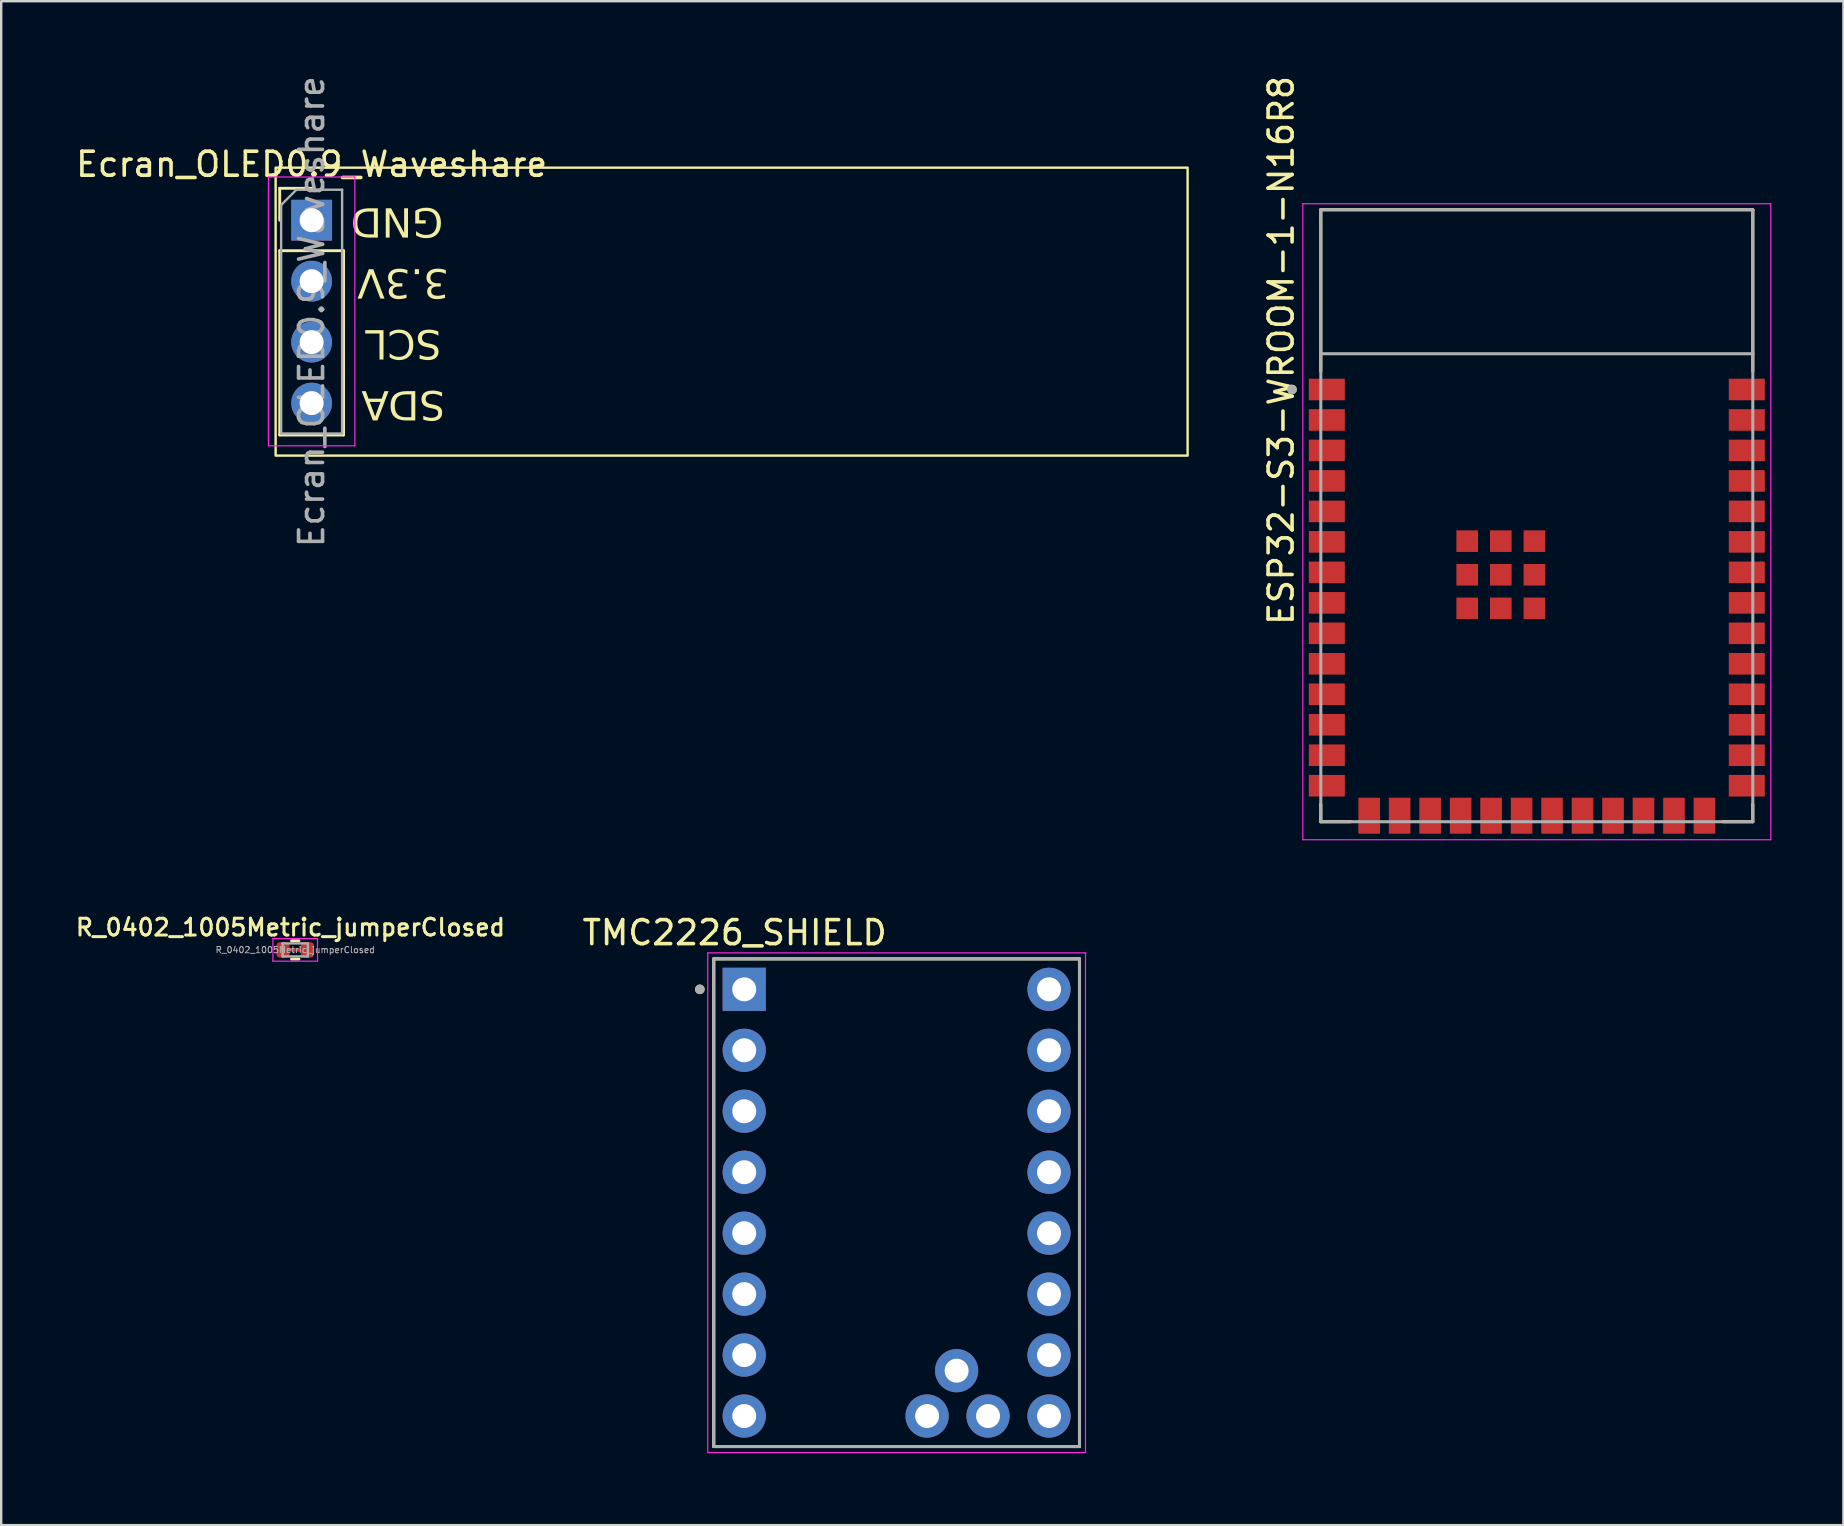
<source format=kicad_pcb>
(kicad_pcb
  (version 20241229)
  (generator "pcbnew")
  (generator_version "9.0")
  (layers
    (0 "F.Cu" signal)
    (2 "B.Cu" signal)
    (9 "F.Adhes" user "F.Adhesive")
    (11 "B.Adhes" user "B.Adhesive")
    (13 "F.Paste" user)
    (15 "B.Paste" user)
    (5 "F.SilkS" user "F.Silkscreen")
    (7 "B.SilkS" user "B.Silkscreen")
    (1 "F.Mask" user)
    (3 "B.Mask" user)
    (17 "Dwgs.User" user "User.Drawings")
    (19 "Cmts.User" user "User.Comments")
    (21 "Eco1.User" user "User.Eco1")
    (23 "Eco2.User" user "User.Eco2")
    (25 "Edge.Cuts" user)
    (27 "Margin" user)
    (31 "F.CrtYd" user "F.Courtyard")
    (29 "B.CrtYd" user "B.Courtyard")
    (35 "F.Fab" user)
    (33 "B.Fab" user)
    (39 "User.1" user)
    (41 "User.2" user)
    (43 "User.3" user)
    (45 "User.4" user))
  (footprint "Ecran_OLED0.9_Waveshare"
    (layer "F.Cu")
    (at 9.935 9.935)
    (property "Reference" "Ecran_OLED0.9_Waveshare" (at 0 -6.14 180) (layer "F.SilkS") (effects (font (size 1 1) (thickness 0.15))))
    (attr through_hole)
    (fp_line (start -1.33 -5.14) (end 0 -5.14) (stroke (width 0.12) (type solid)) (layer "F.SilkS"))
    (fp_line (start -1.33 -3.81) (end -1.33 -5.14) (stroke (width 0.12) (type solid)) (layer "F.SilkS"))
    (fp_line (start -1.33 -2.54) (end -1.33 5.14) (stroke (width 0.12) (type solid)) (layer "F.SilkS"))
    (fp_line (start -1.33 -2.54) (end 1.33 -2.54) (stroke (width 0.12) (type solid)) (layer "F.SilkS"))
    (fp_line (start -1.33 5.14) (end 1.33 5.14) (stroke (width 0.12) (type solid)) (layer "F.SilkS"))
    (fp_line (start 1.33 -2.54) (end 1.33 5.14) (stroke (width 0.12) (type solid)) (layer "F.SilkS"))
    (fp_rect (start -1.5 -6) (end 36.5 6) (stroke (width 0.1) (type default)) (fill no) (layer "F.SilkS"))
    (fp_line (start -1.8 -5.61) (end -1.8 5.59) (stroke (width 0.05) (type solid)) (layer "F.CrtYd"))
    (fp_line (start -1.8 5.59) (end 1.8 5.59) (stroke (width 0.05) (type solid)) (layer "F.CrtYd"))
    (fp_line (start 1.8 -5.61) (end -1.8 -5.61) (stroke (width 0.05) (type solid)) (layer "F.CrtYd"))
    (fp_line (start 1.8 5.59) (end 1.8 -5.61) (stroke (width 0.05) (type solid)) (layer "F.CrtYd"))
    (fp_line (start -1.27 -4.445) (end -0.635 -5.08) (stroke (width 0.1) (type solid)) (layer "F.Fab"))
    (fp_line (start -1.27 5.08) (end -1.27 -4.445) (stroke (width 0.1) (type solid)) (layer "F.Fab"))
    (fp_line (start -0.635 -5.08) (end 1.27 -5.08) (stroke (width 0.1) (type solid)) (layer "F.Fab"))
    (fp_line (start 1.27 -5.08) (end 1.27 5.08) (stroke (width 0.1) (type solid)) (layer "F.Fab"))
    (fp_line (start 1.27 5.08) (end -1.27 5.08) (stroke (width 0.1) (type solid)) (layer "F.Fab"))
    (fp_text user "SDA" (at 3.81 3.81 180) (unlocked yes) (layer "F.SilkS") (effects (font (face "Arial") (size 1.2 1.2) (thickness 0.15))))
    (fp_text user "GND" (at 3.556 -3.81 180) (unlocked yes) (layer "F.SilkS") (effects (font (face "Arial") (size 1.2 1.2) (thickness 0.15))))
    (fp_text user "SCL" (at 3.81 1.27 180) (unlocked yes) (layer "F.SilkS") (effects (font (face "Arial") (size 1.2 1.2) (thickness 0.15))))
    (fp_text user "3.3V" (at 3.81 -1.27 180) (unlocked yes) (layer "F.SilkS") (effects (font (face "Arial") (size 1.2 1.2) (thickness 0.15))))
    (fp_text user "${REFERENCE}" (at 0 0 270) (layer "F.Fab") (effects (font (size 1 1) (thickness 0.15))))
    (pad "1" thru_hole rect (at 0 -3.81) (size 1.7 1.7) (drill 1) (layers "*.Cu" "*.Mask"))
    (pad "2" thru_hole oval (at 0 -1.27) (size 1.7 1.7) (drill 1) (layers "*.Cu" "*.Mask"))
    (pad "3" thru_hole oval (at 0 1.27) (size 1.7 1.7) (drill 1) (layers "*.Cu" "*.Mask"))
    (pad "4" thru_hole oval (at 0 3.81) (size 1.7 1.7) (drill 1) (layers "*.Cu" "*.Mask")))
  (footprint "TMC2226_SHIELD"
    (layer "F.Cu")
    (at 34.31 47.063)
    (property "Reference" "TMC2226_SHIELD" (at -6.75 -11.25 180) (layer "F.SilkS") (effects (font (size 1 1) (thickness 0.15))))
    (attr through_hole)
    (fp_line (start -7.62 -10.16) (end 7.62 -10.16) (stroke (width 0.127) (type solid)) (layer "F.SilkS"))
    (fp_line (start -7.62 10.16) (end -7.62 -10.16) (stroke (width 0.127) (type solid)) (layer "F.SilkS"))
    (fp_line (start 7.62 -10.16) (end 7.62 10.16) (stroke (width 0.127) (type solid)) (layer "F.SilkS"))
    (fp_line (start 7.62 10.16) (end -7.62 10.16) (stroke (width 0.127) (type solid)) (layer "F.SilkS"))
    (fp_circle (center -8.2 -8.89) (end -8.1 -8.89) (stroke (width 0.2) (type solid)) (fill no) (layer "F.SilkS"))
    (fp_line (start -7.87 -10.41) (end 7.87 -10.41) (stroke (width 0.05) (type solid)) (layer "F.CrtYd"))
    (fp_line (start -7.87 10.41) (end -7.87 -10.41) (stroke (width 0.05) (type solid)) (layer "F.CrtYd"))
    (fp_line (start 7.87 -10.41) (end 7.87 10.41) (stroke (width 0.05) (type solid)) (layer "F.CrtYd"))
    (fp_line (start 7.87 10.41) (end -7.87 10.41) (stroke (width 0.05) (type solid)) (layer "F.CrtYd"))
    (fp_line (start -7.62 -10.16) (end 7.62 -10.16) (stroke (width 0.127) (type solid)) (layer "F.Fab"))
    (fp_line (start -7.62 10.16) (end -7.62 -10.16) (stroke (width 0.127) (type solid)) (layer "F.Fab"))
    (fp_line (start 7.62 -10.16) (end 7.62 10.16) (stroke (width 0.127) (type solid)) (layer "F.Fab"))
    (fp_line (start 7.62 10.16) (end -7.62 10.16) (stroke (width 0.127) (type solid)) (layer "F.Fab"))
    (fp_circle (center -8.2 -8.89) (end -8.1 -8.89) (stroke (width 0.2) (type solid)) (fill no) (layer "F.Fab"))
    (pad "1" thru_hole rect (at -6.35 -8.89) (size 1.8 1.8) (drill 1) (layers "*.Cu" "*.Mask"))
    (pad "2" thru_hole circle (at -6.35 -6.35) (size 1.8 1.8) (drill 1) (layers "*.Cu" "*.Mask"))
    (pad "3" thru_hole circle (at -6.35 -3.81) (size 1.8 1.8) (drill 1) (layers "*.Cu" "*.Mask"))
    (pad "4" thru_hole circle (at -6.35 -1.27) (size 1.8 1.8) (drill 1) (layers "*.Cu" "*.Mask"))
    (pad "5" thru_hole circle (at -6.35 1.27) (size 1.8 1.8) (drill 1) (layers "*.Cu" "*.Mask"))
    (pad "6" thru_hole circle (at -6.35 3.81) (size 1.8 1.8) (drill 1) (layers "*.Cu" "*.Mask"))
    (pad "7" thru_hole circle (at -6.35 6.35) (size 1.8 1.8) (drill 1) (layers "*.Cu" "*.Mask"))
    (pad "8" thru_hole circle (at -6.35 8.89) (size 1.8 1.8) (drill 1) (layers "*.Cu" "*.Mask"))
    (pad "9" thru_hole circle (at 6.35 -8.89) (size 1.8 1.8) (drill 1) (layers "*.Cu" "*.Mask"))
    (pad "10" thru_hole circle (at 6.35 -6.35) (size 1.8 1.8) (drill 1) (layers "*.Cu" "*.Mask"))
    (pad "11" thru_hole circle (at 6.35 -3.81) (size 1.8 1.8) (drill 1) (layers "*.Cu" "*.Mask"))
    (pad "12" thru_hole circle (at 6.35 -1.27) (size 1.8 1.8) (drill 1) (layers "*.Cu" "*.Mask"))
    (pad "13" thru_hole circle (at 6.35 1.27) (size 1.8 1.8) (drill 1) (layers "*.Cu" "*.Mask"))
    (pad "14" thru_hole circle (at 6.35 3.81) (size 1.8 1.8) (drill 1) (layers "*.Cu" "*.Mask"))
    (pad "15" thru_hole circle (at 6.35 6.35) (size 1.8 1.8) (drill 1) (layers "*.Cu" "*.Mask"))
    (pad "16" thru_hole circle (at 6.35 8.89) (size 1.8 1.8) (drill 1) (layers "*.Cu" "*.Mask"))
    (pad "17" thru_hole circle (at 3.81 8.89) (size 1.8 1.8) (drill 1) (layers "*.Cu" "*.Mask"))
    (pad "18" thru_hole circle (at 2.5 7) (size 1.8 1.8) (drill 1) (layers "*.Cu" "*.Mask"))
    (pad "19" thru_hole circle (at 1.27 8.89) (size 1.8 1.8) (drill 1) (layers "*.Cu" "*.Mask")))
  (footprint "R_0402_1005Metric_jumperClosed"
    (placed yes)
    (layer "F.Cu")
    (at 9.251 36.53)
    (property "Reference" "R_0402_1005Metric_jumperClosed" (at -0.2 -0.937 0) (unlocked yes) (layer "F.SilkS") (effects (font (size 0.7 0.7) (thickness 0.125))))
    (attr smd exclude_from_pos_files exclude_from_bom)
    (fp_line (start -0.51 0) (end 0.51 0) (stroke (width 0.2) (type default)) (layer "F.Mask"))
    (fp_line (start -0.154 -0.38) (end 0.154 -0.38) (stroke (width 0.12) (type solid)) (layer "F.SilkS"))
    (fp_line (start -0.154 0.38) (end 0.154 0.38) (stroke (width 0.12) (type solid)) (layer "F.SilkS"))
    (fp_line (start -0.93 -0.47) (end 0.93 -0.47) (stroke (width 0.05) (type solid)) (layer "F.CrtYd"))
    (fp_line (start -0.93 0.47) (end -0.93 -0.47) (stroke (width 0.05) (type solid)) (layer "F.CrtYd"))
    (fp_line (start 0.93 -0.47) (end 0.93 0.47) (stroke (width 0.05) (type solid)) (layer "F.CrtYd"))
    (fp_line (start 0.93 0.47) (end -0.93 0.47) (stroke (width 0.05) (type solid)) (layer "F.CrtYd"))
    (fp_line (start -0.525 -0.27) (end 0.525 -0.27) (stroke (width 0.1) (type solid)) (layer "F.Fab"))
    (fp_line (start -0.525 0.27) (end -0.525 -0.27) (stroke (width 0.1) (type solid)) (layer "F.Fab"))
    (fp_line (start 0.525 -0.27) (end 0.525 0.27) (stroke (width 0.1) (type solid)) (layer "F.Fab"))
    (fp_line (start 0.525 0.27) (end -0.525 0.27) (stroke (width 0.1) (type solid)) (layer "F.Fab"))
    (fp_text user "${REFERENCE}" (at 0 0 0) (layer "F.Fab") (effects (font (size 0.26 0.26) (thickness 0.04))))
    (pad "1" smd roundrect (at -0.51 0) (size 0.54 0.64) (layers "F.Cu" "F.Mask") (roundrect_rratio 0.25))
    (pad "1" smd rect (at -0.125 0) (size 0.25 0.15) (layers "F.Cu" "F.Mask"))
    (pad "2" smd rect (at 0.125 0) (size 0.25 0.15) (layers "F.Cu" "F.Mask"))
    (pad "2" smd roundrect (at 0.51 0) (size 0.54 0.64) (layers "F.Cu" "F.Mask") (roundrect_rratio 0.25)))
  (footprint "ESP32-S3-WROOM-1-N16R8"
    (layer "F.Cu")
    (at 60.985 18.439)
    (property "Reference" "ESP32-S3-WROOM-1-N16R8" (at -10.652 -6.886 90) (layer "F.SilkS") (effects (font (size 1 1) (thickness 0.15))))
    (attr smd)
    (fp_line (start -9 -12.75) (end -9 -6.03) (stroke (width 0.127) (type solid)) (layer "F.SilkS"))
    (fp_line (start -9 12.75) (end -9 12.02) (stroke (width 0.127) (type solid)) (layer "F.SilkS"))
    (fp_line (start -7.755 12.75) (end -9 12.75) (stroke (width 0.127) (type solid)) (layer "F.SilkS"))
    (fp_line (start 7.755 12.75) (end 9 12.75) (stroke (width 0.127) (type solid)) (layer "F.SilkS"))
    (fp_line (start 9 -12.75) (end -9 -12.75) (stroke (width 0.127) (type solid)) (layer "F.SilkS"))
    (fp_line (start 9 -6.03) (end 9 -12.75) (stroke (width 0.127) (type solid)) (layer "F.SilkS"))
    (fp_line (start 9 12.75) (end 9 12.02) (stroke (width 0.127) (type solid)) (layer "F.SilkS"))
    (fp_circle (center -10.2 -5.26) (end -10.1 -5.26) (stroke (width 0.2) (type solid)) (fill no) (layer "F.SilkS"))
    (fp_line (start -9.75 -13) (end -9.75 13.5) (stroke (width 0.05) (type solid)) (layer "F.CrtYd"))
    (fp_line (start 9.75 -13) (end -9.75 -13) (stroke (width 0.05) (type solid)) (layer "F.CrtYd"))
    (fp_line (start 9.75 13.5) (end -9.75 13.5) (stroke (width 0.05) (type solid)) (layer "F.CrtYd"))
    (fp_line (start 9.75 13.5) (end 9.75 -13) (stroke (width 0.05) (type solid)) (layer "F.CrtYd"))
    (fp_line (start -9 -12.75) (end -9 -6.75) (stroke (width 0.127) (type solid)) (layer "F.Fab"))
    (fp_line (start -9 -6.75) (end -9 12.75) (stroke (width 0.127) (type solid)) (layer "F.Fab"))
    (fp_line (start -9 12.75) (end 9 12.75) (stroke (width 0.127) (type solid)) (layer "F.Fab"))
    (fp_line (start 9 -12.75) (end -9 -12.75) (stroke (width 0.127) (type solid)) (layer "F.Fab"))
    (fp_line (start 9 -6.75) (end -9 -6.75) (stroke (width 0.127) (type solid)) (layer "F.Fab"))
    (fp_line (start 9 -6.75) (end 9 -12.75) (stroke (width 0.127) (type solid)) (layer "F.Fab"))
    (fp_line (start 9 12.75) (end 9 -6.75) (stroke (width 0.127) (type solid)) (layer "F.Fab"))
    (fp_circle (center -10.2 -5.26) (end -10.1 -5.26) (stroke (width 0.2) (type solid)) (fill no) (layer "F.Fab"))
    (pad "1" smd rect (at -8.75 -5.26) (size 1.5 0.9) (layers "F.Cu" "F.Mask" "F.Paste"))
    (pad "2" smd rect (at -8.75 -3.99) (size 1.5 0.9) (layers "F.Cu" "F.Mask" "F.Paste"))
    (pad "3" smd rect (at -8.75 -2.72) (size 1.5 0.9) (layers "F.Cu" "F.Mask" "F.Paste"))
    (pad "4" smd rect (at -8.75 -1.45) (size 1.5 0.9) (layers "F.Cu" "F.Mask" "F.Paste"))
    (pad "5" smd rect (at -8.75 -0.18) (size 1.5 0.9) (layers "F.Cu" "F.Mask" "F.Paste"))
    (pad "6" smd rect (at -8.75 1.09) (size 1.5 0.9) (layers "F.Cu" "F.Mask" "F.Paste"))
    (pad "7" smd rect (at -8.75 2.36) (size 1.5 0.9) (layers "F.Cu" "F.Mask" "F.Paste"))
    (pad "8" smd rect (at -8.75 3.63) (size 1.5 0.9) (layers "F.Cu" "F.Mask" "F.Paste"))
    (pad "9" smd rect (at -8.75 4.9) (size 1.5 0.9) (layers "F.Cu" "F.Mask" "F.Paste"))
    (pad "10" smd rect (at -8.75 6.17) (size 1.5 0.9) (layers "F.Cu" "F.Mask" "F.Paste"))
    (pad "11" smd rect (at -8.75 7.44) (size 1.5 0.9) (layers "F.Cu" "F.Mask" "F.Paste"))
    (pad "12" smd rect (at -8.75 8.71) (size 1.5 0.9) (layers "F.Cu" "F.Mask" "F.Paste"))
    (pad "13" smd rect (at -8.75 9.98) (size 1.5 0.9) (layers "F.Cu" "F.Mask" "F.Paste"))
    (pad "14" smd rect (at -8.75 11.25) (size 1.5 0.9) (layers "F.Cu" "F.Mask" "F.Paste"))
    (pad "15" smd rect (at -6.985 12.5) (size 0.9 1.5) (layers "F.Cu" "F.Mask" "F.Paste"))
    (pad "16" smd rect (at -5.715 12.5) (size 0.9 1.5) (layers "F.Cu" "F.Mask" "F.Paste"))
    (pad "17" smd rect (at -4.445 12.5) (size 0.9 1.5) (layers "F.Cu" "F.Mask" "F.Paste"))
    (pad "18" smd rect (at -3.175 12.5) (size 0.9 1.5) (layers "F.Cu" "F.Mask" "F.Paste"))
    (pad "19" smd rect (at -1.905 12.5) (size 0.9 1.5) (layers "F.Cu" "F.Mask" "F.Paste"))
    (pad "20" smd rect (at -0.635 12.5) (size 0.9 1.5) (layers "F.Cu" "F.Mask" "F.Paste"))
    (pad "21" smd rect (at 0.635 12.5) (size 0.9 1.5) (layers "F.Cu" "F.Mask" "F.Paste"))
    (pad "22" smd rect (at 1.905 12.5) (size 0.9 1.5) (layers "F.Cu" "F.Mask" "F.Paste"))
    (pad "23" smd rect (at 3.175 12.5) (size 0.9 1.5) (layers "F.Cu" "F.Mask" "F.Paste"))
    (pad "24" smd rect (at 4.445 12.5) (size 0.9 1.5) (layers "F.Cu" "F.Mask" "F.Paste"))
    (pad "25" smd rect (at 5.715 12.5) (size 0.9 1.5) (layers "F.Cu" "F.Mask" "F.Paste"))
    (pad "26" smd rect (at 6.985 12.5) (size 0.9 1.5) (layers "F.Cu" "F.Mask" "F.Paste"))
    (pad "27" smd rect (at 8.75 11.25) (size 1.5 0.9) (layers "F.Cu" "F.Mask" "F.Paste"))
    (pad "28" smd rect (at 8.75 9.98) (size 1.5 0.9) (layers "F.Cu" "F.Mask" "F.Paste"))
    (pad "29" smd rect (at 8.75 8.71) (size 1.5 0.9) (layers "F.Cu" "F.Mask" "F.Paste"))
    (pad "30" smd rect (at 8.75 7.44) (size 1.5 0.9) (layers "F.Cu" "F.Mask" "F.Paste"))
    (pad "31" smd rect (at 8.75 6.17) (size 1.5 0.9) (layers "F.Cu" "F.Mask" "F.Paste"))
    (pad "32" smd rect (at 8.75 4.9) (size 1.5 0.9) (layers "F.Cu" "F.Mask" "F.Paste"))
    (pad "33" smd rect (at 8.75 3.63) (size 1.5 0.9) (layers "F.Cu" "F.Mask" "F.Paste"))
    (pad "34" smd rect (at 8.75 2.36) (size 1.5 0.9) (layers "F.Cu" "F.Mask" "F.Paste"))
    (pad "35" smd rect (at 8.75 1.09) (size 1.5 0.9) (layers "F.Cu" "F.Mask" "F.Paste"))
    (pad "36" smd rect (at 8.75 -0.18) (size 1.5 0.9) (layers "F.Cu" "F.Mask" "F.Paste"))
    (pad "37" smd rect (at 8.75 -1.45) (size 1.5 0.9) (layers "F.Cu" "F.Mask" "F.Paste"))
    (pad "38" smd rect (at 8.75 -2.72) (size 1.5 0.9) (layers "F.Cu" "F.Mask" "F.Paste"))
    (pad "39" smd rect (at 8.75 -3.99) (size 1.5 0.9) (layers "F.Cu" "F.Mask" "F.Paste"))
    (pad "40" smd rect (at 8.75 -5.26) (size 1.5 0.9) (layers "F.Cu" "F.Mask" "F.Paste"))
    (pad "PAD" smd rect (at -2.9 1.06) (size 0.9 0.9) (layers "F.Cu" "F.Mask" "F.Paste"))
    (pad "PAD" smd rect (at -2.9 2.46) (size 0.9 0.9) (layers "F.Cu" "F.Mask" "F.Paste"))
    (pad "PAD" smd rect (at -2.9 3.86) (size 0.9 0.9) (layers "F.Cu" "F.Mask" "F.Paste"))
    (pad "PAD" smd rect (at -1.5 1.06) (size 0.9 0.9) (layers "F.Cu" "F.Mask" "F.Paste"))
    (pad "PAD" smd rect (at -1.5 2.46) (size 0.9 0.9) (layers "F.Cu" "F.Mask" "F.Paste"))
    (pad "PAD" smd rect (at -1.5 3.86) (size 0.9 0.9) (layers "F.Cu" "F.Mask" "F.Paste"))
    (pad "PAD" smd rect (at -0.1 1.06) (size 0.9 0.9) (layers "F.Cu" "F.Mask" "F.Paste"))
    (pad "PAD" smd rect (at -0.1 2.46) (size 0.9 0.9) (layers "F.Cu" "F.Mask" "F.Paste"))
    (pad "PAD" smd rect (at -0.1 3.86) (size 0.9 0.9) (layers "F.Cu" "F.Mask" "F.Paste"))
    (zone (net_name "") (layer "F.Cu") (hatch full 0.508) (connect_pads) (min_thickness 0.01) (filled_areas_thickness no) (keepout (tracks not_allowed) (vias not_allowed) (pads not_allowed) (copperpour not_allowed) (footprints allowed)) (placement (enabled no)) (fill) (polygon (pts (xy 51.985 5.689) (xy 69.985 5.689) (xy 69.985 11.689) (xy 51.985 11.689))))
    (zone (net_name "") (layers "F.Cu" "B.Cu") (hatch full 0.508) (connect_pads) (min_thickness 0.01) (filled_areas_thickness no) (keepout (tracks allowed) (vias not_allowed) (pads allowed) (copperpour allowed) (footprints allowed)) (placement (enabled no)) (fill) (polygon (pts (xy 51.985 5.689) (xy 69.985 5.689) (xy 69.985 11.689) (xy 51.985 11.689))))
    (zone (net_name "") (layer "B.Cu") (hatch full 0.508) (connect_pads) (min_thickness 0.01) (filled_areas_thickness no) (keepout (tracks not_allowed) (vias not_allowed) (pads not_allowed) (copperpour not_allowed) (footprints allowed)) (placement (enabled no)) (fill) (polygon (pts (xy 51.985 5.689) (xy 69.985 5.689) (xy 69.985 11.689) (xy 51.985 11.689)))))
  (gr_rect
    (start -3 -3)
    (end 73.76 60.498)
    (stroke (width 0.1) (type default))
    (fill no)
    (layer "Edge.Cuts")))
</source>
